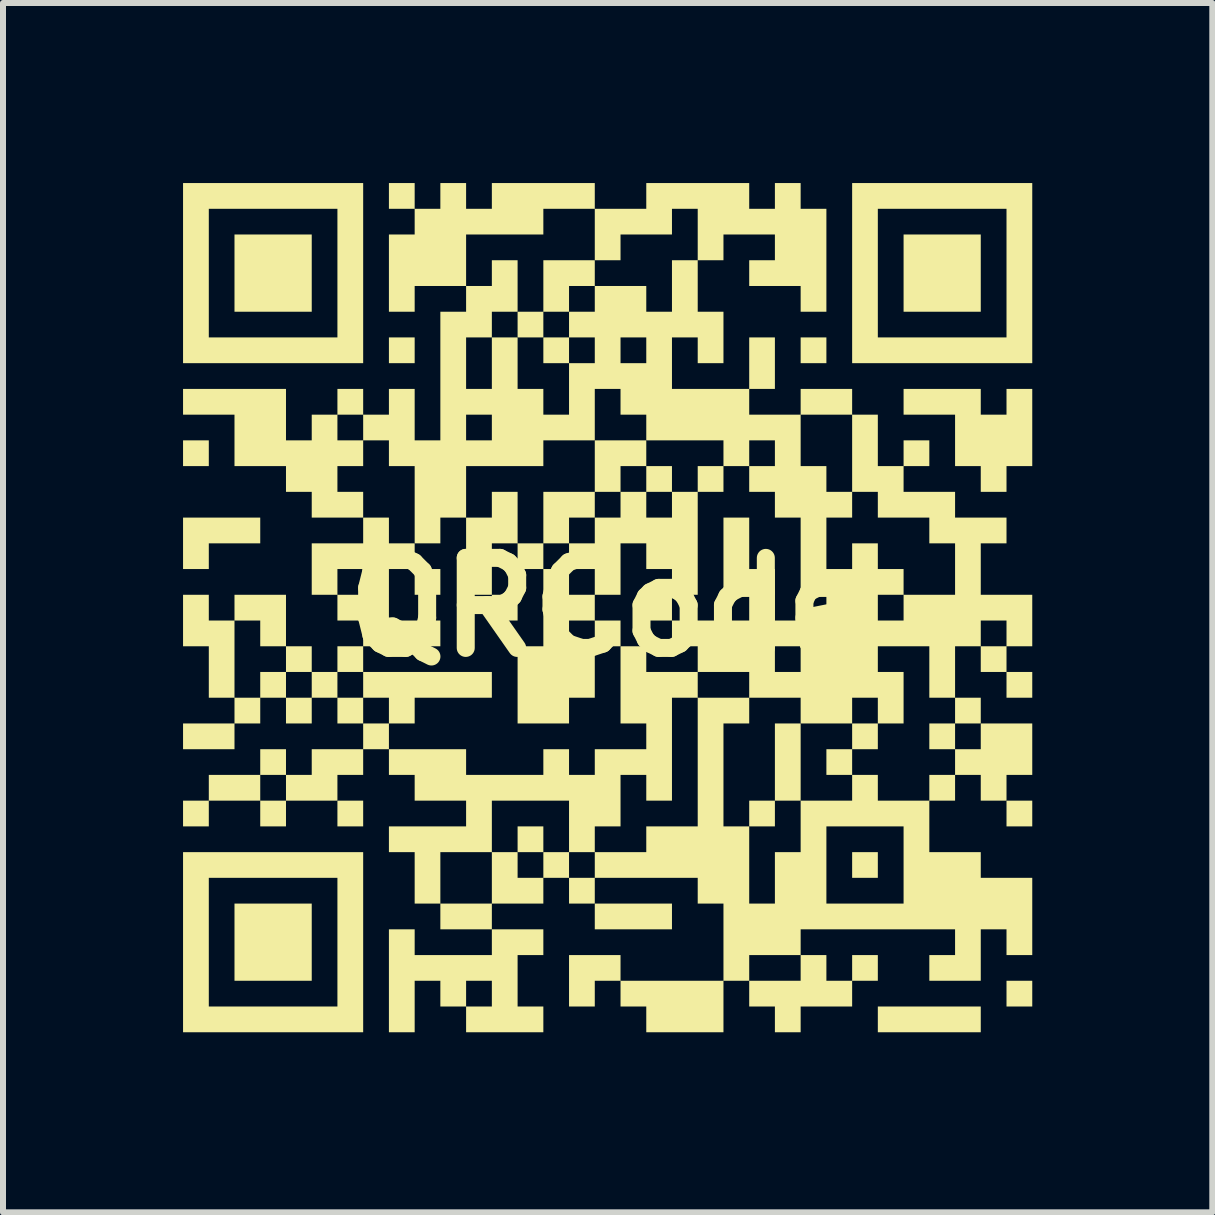
<source format=kicad_pcb>
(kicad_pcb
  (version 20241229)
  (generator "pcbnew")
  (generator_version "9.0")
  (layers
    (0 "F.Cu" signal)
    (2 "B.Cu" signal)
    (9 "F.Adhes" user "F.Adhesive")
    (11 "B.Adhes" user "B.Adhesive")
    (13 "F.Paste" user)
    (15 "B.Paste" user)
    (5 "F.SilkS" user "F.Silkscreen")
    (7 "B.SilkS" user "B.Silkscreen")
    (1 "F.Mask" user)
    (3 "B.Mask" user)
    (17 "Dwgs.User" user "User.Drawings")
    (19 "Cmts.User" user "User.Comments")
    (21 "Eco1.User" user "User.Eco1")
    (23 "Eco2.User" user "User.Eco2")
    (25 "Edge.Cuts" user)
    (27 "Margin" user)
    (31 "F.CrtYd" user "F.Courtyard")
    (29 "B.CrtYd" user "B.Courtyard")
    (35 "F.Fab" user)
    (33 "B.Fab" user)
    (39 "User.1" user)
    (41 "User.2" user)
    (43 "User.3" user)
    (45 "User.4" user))
  (footprint "QRCode"
    (layer "F.Cu")
    (at 7.067 7.067)
    (property "Reference" "QRCode" (at 0 0 0) (layer "F.SilkS") (effects (font (size 1.5 1.5) (thickness 0.3))))
    (attr board_only exclude_from_pos_files exclude_from_bom)
    (fp_poly (pts (xy -6.638 -2.565) (xy -6.638 -2.351) (xy -6.853 -2.351) (xy -7.067 -2.351) (xy -7.067 -2.565) (xy -7.067 -2.78) (xy -6.853 -2.78) (xy -6.638 -2.78)) (stroke (width 0) (type solid)) (fill yes) (layer "F.SilkS"))
    (fp_poly (pts (xy -4.923 -5.566) (xy -4.923 -4.923) (xy -5.566 -4.923) (xy -6.21 -4.923) (xy -6.21 -5.566) (xy -6.21 -6.21) (xy -5.566 -6.21) (xy -4.923 -6.21)) (stroke (width 0) (type solid)) (fill yes) (layer "F.SilkS"))
    (fp_poly (pts (xy -4.923 5.581) (xy -4.923 6.224) (xy -5.566 6.224) (xy -6.21 6.224) (xy -6.21 5.581) (xy -6.21 4.938) (xy -5.566 4.938) (xy -4.923 4.938)) (stroke (width 0) (type solid)) (fill yes) (layer "F.SilkS"))
    (fp_poly (pts (xy -4.066 1.722) (xy -4.066 1.937) (xy -4.28 1.937) (xy -4.495 1.937) (xy -4.495 1.722) (xy -4.495 1.508) (xy -4.28 1.508) (xy -4.066 1.508)) (stroke (width 0) (type solid)) (fill yes) (layer "F.SilkS"))
    (fp_poly (pts (xy -4.066 3.437) (xy -4.066 3.652) (xy -4.28 3.652) (xy -4.495 3.652) (xy -4.495 3.437) (xy -4.495 3.223) (xy -4.28 3.223) (xy -4.066 3.223)) (stroke (width 0) (type solid)) (fill yes) (layer "F.SilkS"))
    (fp_poly (pts (xy -3.208 -4.28) (xy -3.208 -4.066) (xy -3.423 -4.066) (xy -3.637 -4.066) (xy -3.637 -4.28) (xy -3.637 -4.495) (xy -3.423 -4.495) (xy -3.208 -4.495)) (stroke (width 0) (type solid)) (fill yes) (layer "F.SilkS"))
    (fp_poly (pts (xy -2.78 -0.421) (xy -2.78 -0.207) (xy -2.994 -0.207) (xy -3.208 -0.207) (xy -3.208 -0.421) (xy -3.208 -0.636) (xy -2.994 -0.636) (xy -2.78 -0.636)) (stroke (width 0) (type solid)) (fill yes) (layer "F.SilkS"))
    (fp_poly (pts (xy -1.493 0.007) (xy -1.493 0.222) (xy -1.708 0.222) (xy -1.922 0.222) (xy -1.922 0.007) (xy -1.922 -0.207) (xy -1.708 -0.207) (xy -1.493 -0.207)) (stroke (width 0) (type solid)) (fill yes) (layer "F.SilkS"))
    (fp_poly (pts (xy -1.064 3.866) (xy -1.064 4.081) (xy -1.279 4.081) (xy -1.493 4.081) (xy -1.493 3.866) (xy -1.493 3.652) (xy -1.279 3.652) (xy -1.064 3.652)) (stroke (width 0) (type solid)) (fill yes) (layer "F.SilkS"))
    (fp_poly (pts (xy -0.636 -4.28) (xy -0.636 -4.066) (xy -0.85 -4.066) (xy -1.064 -4.066) (xy -1.064 -4.28) (xy -1.064 -4.495) (xy -0.85 -4.495) (xy -0.636 -4.495)) (stroke (width 0) (type solid)) (fill yes) (layer "F.SilkS"))
    (fp_poly (pts (xy 1.079 5.152) (xy 1.079 5.367) (xy 0.436 5.367) (xy -0.207 5.367) (xy -0.207 5.152) (xy -0.207 4.938) (xy 0.436 4.938) (xy 1.079 4.938)) (stroke (width 0) (type solid)) (fill yes) (layer "F.SilkS"))
    (fp_poly (pts (xy 3.652 -4.28) (xy 3.652 -4.066) (xy 3.437 -4.066) (xy 3.223 -4.066) (xy 3.223 -4.28) (xy 3.223 -4.495) (xy 3.437 -4.495) (xy 3.652 -4.495)) (stroke (width 0) (type solid)) (fill yes) (layer "F.SilkS"))
    (fp_poly (pts (xy 4.509 4.295) (xy 4.509 4.509) (xy 4.295 4.509) (xy 4.081 4.509) (xy 4.081 4.295) (xy 4.081 4.081) (xy 4.295 4.081) (xy 4.509 4.081)) (stroke (width 0) (type solid)) (fill yes) (layer "F.SilkS"))
    (fp_poly (pts (xy 5.796 2.151) (xy 5.796 2.366) (xy 5.581 2.366) (xy 5.367 2.366) (xy 5.367 2.151) (xy 5.367 1.937) (xy 5.581 1.937) (xy 5.796 1.937)) (stroke (width 0) (type solid)) (fill yes) (layer "F.SilkS"))
    (fp_poly (pts (xy 6.224 -5.566) (xy 6.224 -4.923) (xy 5.581 -4.923) (xy 4.938 -4.923) (xy 4.938 -5.566) (xy 4.938 -6.21) (xy 5.581 -6.21) (xy 6.224 -6.21)) (stroke (width 0) (type solid)) (fill yes) (layer "F.SilkS"))
    (fp_poly (pts (xy 6.224 1.722) (xy 6.224 1.937) (xy 6.01 1.937) (xy 5.796 1.937) (xy 5.796 1.722) (xy 5.796 1.508) (xy 6.01 1.508) (xy 6.224 1.508)) (stroke (width 0) (type solid)) (fill yes) (layer "F.SilkS"))
    (fp_poly (pts (xy 6.224 6.867) (xy 6.224 7.082) (xy 5.367 7.082) (xy 4.509 7.082) (xy 4.509 6.867) (xy 4.509 6.653) (xy 5.367 6.653) (xy 6.224 6.653)) (stroke (width 0) (type solid)) (fill yes) (layer "F.SilkS"))
    (fp_poly (pts (xy 7.082 1.294) (xy 7.082 1.508) (xy 6.867 1.508) (xy 6.653 1.508) (xy 6.653 1.294) (xy 6.653 1.079) (xy 6.867 1.079) (xy 7.082 1.079)) (stroke (width 0) (type solid)) (fill yes) (layer "F.SilkS"))
    (fp_poly (pts (xy 7.082 3.437) (xy 7.082 3.652) (xy 6.867 3.652) (xy 6.653 3.652) (xy 6.653 3.437) (xy 6.653 3.223) (xy 6.867 3.223) (xy 7.082 3.223)) (stroke (width 0) (type solid)) (fill yes) (layer "F.SilkS"))
    (fp_poly (pts (xy 7.082 6.439) (xy 7.082 6.653) (xy 6.867 6.653) (xy 6.653 6.653) (xy 6.653 6.439) (xy 6.653 6.224) (xy 6.867 6.224) (xy 7.082 6.224)) (stroke (width 0) (type solid)) (fill yes) (layer "F.SilkS"))
    (fp_poly (pts (xy -5.781 -1.279) (xy -5.781 -1.064) (xy -6.21 -1.064) (xy -6.638 -1.064) (xy -6.638 -0.85) (xy -6.638 -0.636) (xy -6.853 -0.636) (xy -7.067 -0.636) (xy -7.067 -1.064) (xy -7.067 -1.493) (xy -6.424 -1.493) (xy -5.781 -1.493)) (stroke (width 0) (type solid)) (fill yes) (layer "F.SilkS"))
    (fp_poly (pts (xy -1.922 1.294) (xy -1.922 1.508) (xy -2.565 1.508) (xy -3.208 1.508) (xy -3.208 1.722) (xy -3.208 1.937) (xy -3.423 1.937) (xy -3.637 1.937) (xy -3.637 1.722) (xy -3.637 1.508) (xy -3.851 1.508) (xy -4.066 1.508) (xy -4.066 1.294) (xy -4.066 1.079) (xy -2.994 1.079) (xy -1.922 1.079)) (stroke (width 0) (type solid)) (fill yes) (layer "F.SilkS"))
    (fp_poly (pts (xy 3.223 2.58) (xy 3.223 3.223) (xy 3.009 3.223) (xy 2.794 3.223) (xy 2.794 3.437) (xy 2.794 3.652) (xy 2.58 3.652) (xy 2.366 3.652) (xy 2.366 3.437) (xy 2.366 3.223) (xy 2.58 3.223) (xy 2.794 3.223) (xy 2.794 2.58) (xy 2.794 1.937) (xy 3.009 1.937) (xy 3.223 1.937)) (stroke (width 0) (type solid)) (fill yes) (layer "F.SilkS"))
    (fp_poly (pts (xy 4.509 2.151) (xy 4.509 2.366) (xy 4.295 2.366) (xy 4.081 2.366) (xy 4.081 2.58) (xy 4.081 2.794) (xy 3.866 2.794) (xy 3.652 2.794) (xy 3.652 2.58) (xy 3.652 2.366) (xy 3.866 2.366) (xy 4.081 2.366) (xy 4.081 2.151) (xy 4.081 1.937) (xy 4.295 1.937) (xy 4.509 1.937)) (stroke (width 0) (type solid)) (fill yes) (layer "F.SilkS"))
    (fp_poly (pts (xy -4.066 -5.566) (xy -4.066 -4.066) (xy -5.566 -4.066) (xy -7.067 -4.066) (xy -7.067 -5.566) (xy -7.067 -6.638) (xy -6.638 -6.638) (xy -6.638 -5.566) (xy -6.638 -4.495) (xy -5.566 -4.495) (xy -4.495 -4.495) (xy -4.495 -5.566) (xy -4.495 -6.638) (xy -5.566 -6.638) (xy -6.638 -6.638) (xy -7.067 -6.638) (xy -7.067 -7.067) (xy -5.566 -7.067) (xy -4.066 -7.067)) (stroke (width 0) (type solid)) (fill yes) (layer "F.SilkS"))
    (fp_poly (pts (xy -4.066 5.581) (xy -4.066 7.082) (xy -5.566 7.082) (xy -7.067 7.082) (xy -7.067 5.581) (xy -7.067 4.509) (xy -6.638 4.509) (xy -6.638 5.581) (xy -6.638 6.653) (xy -5.566 6.653) (xy -4.495 6.653) (xy -4.495 5.581) (xy -4.495 4.509) (xy -5.566 4.509) (xy -6.638 4.509) (xy -7.067 4.509) (xy -7.067 4.081) (xy -5.566 4.081) (xy -4.066 4.081)) (stroke (width 0) (type solid)) (fill yes) (layer "F.SilkS"))
    (fp_poly (pts (xy 7.082 -5.566) (xy 7.082 -4.066) (xy 5.581 -4.066) (xy 4.081 -4.066) (xy 4.081 -5.566) (xy 4.081 -6.638) (xy 4.509 -6.638) (xy 4.509 -5.566) (xy 4.509 -4.495) (xy 5.581 -4.495) (xy 6.653 -4.495) (xy 6.653 -5.566) (xy 6.653 -6.638) (xy 5.581 -6.638) (xy 4.509 -6.638) (xy 4.081 -6.638) (xy 4.081 -7.067) (xy 5.581 -7.067) (xy 7.082 -7.067)) (stroke (width 0) (type solid)) (fill yes) (layer "F.SilkS"))
    (fp_poly (pts (xy -0.207 -5.566) (xy -0.207 -5.352) (xy -0.421 -5.352) (xy -0.636 -5.352) (xy -0.636 -5.138) (xy -0.636 -4.923) (xy -0.85 -4.923) (xy -1.064 -4.923) (xy -1.064 -4.709) (xy -1.064 -4.495) (xy -1.279 -4.495) (xy -1.493 -4.495) (xy -1.493 -4.709) (xy -1.493 -4.923) (xy -1.279 -4.923) (xy -1.064 -4.923) (xy -1.064 -5.352) (xy -1.064 -5.781) (xy -0.636 -5.781) (xy -0.207 -5.781)) (stroke (width 0) (type solid)) (fill yes) (layer "F.SilkS"))
    (fp_poly (pts (xy 6.224 -3.423) (xy 6.224 -3.208) (xy 6.439 -3.208) (xy 6.653 -3.208) (xy 6.653 -3.423) (xy 6.653 -3.637) (xy 6.867 -3.637) (xy 7.082 -3.637) (xy 7.082 -2.994) (xy 7.082 -2.351) (xy 6.867 -2.351) (xy 6.653 -2.351) (xy 6.653 -2.136) (xy 6.653 -1.922) (xy 6.439 -1.922) (xy 6.224 -1.922) (xy 6.224 -2.136) (xy 6.224 -2.351) (xy 6.01 -2.351) (xy 5.796 -2.351) (xy 5.796 -2.78) (xy 5.796 -3.208) (xy 5.367 -3.208) (xy 4.938 -3.208) (xy 4.938 -3.423) (xy 4.938 -3.637) (xy 5.581 -3.637) (xy 6.224 -3.637)) (stroke (width 0) (type solid)) (fill yes) (layer "F.SilkS"))
    (fp_poly (pts (xy -3.208 5.581) (xy -3.208 5.796) (xy -2.565 5.796) (xy -1.922 5.796) (xy -1.922 5.581) (xy -1.922 5.367) (xy -1.493 5.367) (xy -1.064 5.367) (xy -1.064 5.581) (xy -1.064 5.796) (xy -1.279 5.796) (xy -1.493 5.796) (xy -1.493 6.224) (xy -1.493 6.653) (xy -1.279 6.653) (xy -1.064 6.653) (xy -1.064 6.867) (xy -1.064 7.082) (xy -1.708 7.082) (xy -2.351 7.082) (xy -2.351 6.867) (xy -2.351 6.653) (xy -2.565 6.653) (xy -2.78 6.653) (xy -2.78 6.439) (xy -2.78 6.224) (xy -2.351 6.224) (xy -2.351 6.439) (xy -2.351 6.653) (xy -2.136 6.653) (xy -1.922 6.653) (xy -1.922 6.439) (xy -1.922 6.224) (xy -2.136 6.224) (xy -2.351 6.224) (xy -2.78 6.224) (xy -2.994 6.224) (xy -3.208 6.224) (xy -3.208 6.653) (xy -3.208 7.082) (xy -3.423 7.082) (xy -3.637 7.082) (xy -3.637 6.224) (xy -3.637 5.367) (xy -3.423 5.367) (xy -3.208 5.367)) (stroke (width 0) (type solid)) (fill yes) (layer "F.SilkS"))
    (fp_poly (pts (xy -3.637 2.151) (xy -3.637 2.366) (xy -3.851 2.366) (xy -4.066 2.366) (xy -4.066 2.58) (xy -4.066 2.794) (xy -4.28 2.794) (xy -4.495 2.794) (xy -4.495 3.009) (xy -4.495 3.223) (xy -4.923 3.223) (xy -5.352 3.223) (xy -5.352 3.437) (xy -5.352 3.652) (xy -5.566 3.652) (xy -5.781 3.652) (xy -5.781 3.437) (xy -5.781 3.223) (xy -6.21 3.223) (xy -6.638 3.223) (xy -6.638 3.437) (xy -6.638 3.652) (xy -6.853 3.652) (xy -7.067 3.652) (xy -7.067 3.437) (xy -7.067 3.223) (xy -6.853 3.223) (xy -6.638 3.223) (xy -6.638 3.009) (xy -6.638 2.794) (xy -6.21 2.794) (xy -5.781 2.794) (xy -5.781 3.009) (xy -5.781 3.223) (xy -5.566 3.223) (xy -5.352 3.223) (xy -5.352 3.009) (xy -5.352 2.794) (xy -5.566 2.794) (xy -5.781 2.794) (xy -5.781 2.58) (xy -5.781 2.366) (xy -5.566 2.366) (xy -5.352 2.366) (xy -5.352 2.58) (xy -5.352 2.794) (xy -5.138 2.794) (xy -4.923 2.794) (xy -4.923 2.58) (xy -4.923 2.366) (xy -4.495 2.366) (xy -4.066 2.366) (xy -4.066 2.151) (xy -4.066 1.937) (xy -3.851 1.937) (xy -3.637 1.937)) (stroke (width 0) (type solid)) (fill yes) (layer "F.SilkS"))
    (fp_poly (pts (xy -3.637 -1.279) (xy -3.637 -1.064) (xy -3.423 -1.064) (xy -3.208 -1.064) (xy -3.208 -0.85) (xy -3.208 -0.636) (xy -3.423 -0.636) (xy -3.637 -0.636) (xy -3.637 -0.207) (xy -3.637 0.222) (xy -3.208 0.222) (xy -2.78 0.222) (xy -2.78 0.436) (xy -2.78 0.651) (xy -3.423 0.651) (xy -4.066 0.651) (xy -4.066 0.865) (xy -4.066 1.079) (xy -4.28 1.079) (xy -4.495 1.079) (xy -4.495 1.294) (xy -4.495 1.508) (xy -4.709 1.508) (xy -4.923 1.508) (xy -4.923 1.722) (xy -4.923 1.937) (xy -5.138 1.937) (xy -5.352 1.937) (xy -5.352 1.722) (xy -5.352 1.508) (xy -5.566 1.508) (xy -5.781 1.508) (xy -5.781 1.722) (xy -5.781 1.937) (xy -5.995 1.937) (xy -6.21 1.937) (xy -6.21 2.151) (xy -6.21 2.366) (xy -6.638 2.366) (xy -7.067 2.366) (xy -7.067 2.151) (xy -7.067 1.937) (xy -6.638 1.937) (xy -6.21 1.937) (xy -6.21 1.722) (xy -6.21 1.508) (xy -6.424 1.508) (xy -6.638 1.508) (xy -6.638 1.079) (xy -6.638 0.651) (xy -6.853 0.651) (xy -7.067 0.651) (xy -7.067 0.222) (xy -7.067 -0.207) (xy -6.853 -0.207) (xy -6.638 -0.207) (xy -6.638 0.007) (xy -6.638 0.222) (xy -6.424 0.222) (xy -6.21 0.222) (xy -6.21 0.007) (xy -6.21 -0.207) (xy -5.781 -0.207) (xy -5.352 -0.207) (xy -5.352 0.222) (xy -5.352 0.651) (xy -5.566 0.651) (xy -5.781 0.651) (xy -5.781 0.436) (xy -5.781 0.222) (xy -5.995 0.222) (xy -6.21 0.222) (xy -6.21 0.865) (xy -6.21 1.508) (xy -5.995 1.508) (xy -5.781 1.508) (xy -5.781 1.294) (xy -5.781 1.079) (xy -5.566 1.079) (xy -5.352 1.079) (xy -5.352 1.294) (xy -5.352 1.508) (xy -5.138 1.508) (xy -4.923 1.508) (xy -4.923 1.294) (xy -4.923 1.079) (xy -5.138 1.079) (xy -5.352 1.079) (xy -5.352 0.865) (xy -5.352 0.651) (xy -5.138 0.651) (xy -4.923 0.651) (xy -4.923 0.865) (xy -4.923 1.079) (xy -4.709 1.079) (xy -4.495 1.079) (xy -4.495 0.865) (xy -4.495 0.651) (xy -4.28 0.651) (xy -4.066 0.651) (xy -4.066 0.436) (xy -4.066 0.222) (xy -4.28 0.222) (xy -4.495 0.222) (xy -4.495 0.007) (xy -4.495 -0.207) (xy -4.709 -0.207) (xy -4.923 -0.207) (xy -4.923 -0.636) (xy -4.495 -0.636) (xy -4.495 -0.421) (xy -4.495 -0.207) (xy -4.28 -0.207) (xy -4.066 -0.207) (xy -4.066 -0.421) (xy -4.066 -0.636) (xy -4.28 -0.636) (xy -4.495 -0.636) (xy -4.923 -0.636) (xy -4.923 -1.064) (xy -4.495 -1.064) (xy -4.066 -1.064) (xy -4.066 -1.279) (xy -4.066 -1.493) (xy -3.851 -1.493) (xy -3.637 -1.493)) (stroke (width 0) (type solid)) (fill yes) (layer "F.SilkS"))
    (fp_poly (pts (xy 0.651 -2.565) (xy 0.651 -2.351) (xy 0.436 -2.351) (xy 0.222 -2.351) (xy 0.222 -2.136) (xy 0.222 -1.922) (xy 0.007 -1.922) (xy -0.207 -1.922) (xy -0.207 -1.708) (xy -0.207 -1.493) (xy -0.421 -1.493) (xy -0.636 -1.493) (xy -0.636 -1.279) (xy -0.636 -1.064) (xy -0.85 -1.064) (xy -1.064 -1.064) (xy -1.064 -0.85) (xy -1.064 -0.636) (xy -0.85 -0.636) (xy -0.636 -0.636) (xy -0.636 -0.421) (xy -0.636 -0.207) (xy -0.421 -0.207) (xy -0.207 -0.207) (xy -0.207 -0.421) (xy -0.207 -0.636) (xy -0.421 -0.636) (xy -0.636 -0.636) (xy -0.636 -0.85) (xy -0.636 -1.064) (xy -0.421 -1.064) (xy -0.207 -1.064) (xy -0.207 -1.279) (xy -0.207 -1.493) (xy 0.007 -1.493) (xy 0.222 -1.493) (xy 0.222 -1.708) (xy 0.222 -1.922) (xy 0.436 -1.922) (xy 0.651 -1.922) (xy 0.651 -1.708) (xy 0.651 -1.493) (xy 0.865 -1.493) (xy 1.079 -1.493) (xy 1.079 -1.708) (xy 1.079 -1.922) (xy 0.865 -1.922) (xy 0.651 -1.922) (xy 0.651 -2.136) (xy 0.651 -2.351) (xy 0.865 -2.351) (xy 1.079 -2.351) (xy 1.079 -2.136) (xy 1.079 -1.922) (xy 1.294 -1.922) (xy 1.508 -1.922) (xy 1.508 -2.136) (xy 1.508 -2.351) (xy 1.722 -2.351) (xy 1.937 -2.351) (xy 1.937 -2.136) (xy 1.937 -1.922) (xy 1.722 -1.922) (xy 1.508 -1.922) (xy 1.508 -1.064) (xy 1.508 -0.207) (xy 1.294 -0.207) (xy 1.079 -0.207) (xy 1.079 0.007) (xy 1.079 0.222) (xy 0.865 0.222) (xy 0.651 0.222) (xy 0.651 0.007) (xy 0.651 -0.207) (xy 0.865 -0.207) (xy 1.079 -0.207) (xy 1.079 -0.421) (xy 1.079 -0.636) (xy 0.865 -0.636) (xy 0.651 -0.636) (xy 0.651 -0.85) (xy 0.651 -1.064) (xy 0.436 -1.064) (xy 0.222 -1.064) (xy 0.222 -0.636) (xy 0.222 -0.207) (xy 0.007 -0.207) (xy -0.207 -0.207) (xy -0.207 0.007) (xy -0.207 0.222) (xy -0.421 0.222) (xy -0.636 0.222) (xy -0.636 0.436) (xy -0.636 0.651) (xy -0.421 0.651) (xy -0.207 0.651) (xy -0.207 0.436) (xy -0.207 0.222) (xy 0.007 0.222) (xy 0.222 0.222) (xy 0.222 0.436) (xy 0.222 0.651) (xy 0.007 0.651) (xy -0.207 0.651) (xy -0.207 1.079) (xy -0.207 1.508) (xy -0.421 1.508) (xy -0.636 1.508) (xy -0.636 1.722) (xy -0.636 1.937) (xy -1.064 1.937) (xy -1.493 1.937) (xy -1.493 1.294) (xy -1.493 0.651) (xy -1.279 0.651) (xy -1.064 0.651) (xy -1.064 0.007) (xy -1.064 -0.636) (xy -1.279 -0.636) (xy -1.493 -0.636) (xy -1.493 -0.85) (xy -1.493 -1.064) (xy -1.708 -1.064) (xy -1.922 -1.064) (xy -1.922 -0.636) (xy -1.922 -0.207) (xy -2.136 -0.207) (xy -2.351 -0.207) (xy -2.351 -0.85) (xy -2.351 -1.493) (xy -2.136 -1.493) (xy -1.922 -1.493) (xy -1.922 -1.708) (xy -1.922 -1.922) (xy -1.708 -1.922) (xy -1.493 -1.922) (xy -1.493 -1.493) (xy -1.493 -1.064) (xy -1.279 -1.064) (xy -1.064 -1.064) (xy -1.064 -1.493) (xy -1.064 -1.922) (xy -0.636 -1.922) (xy -0.207 -1.922) (xy -0.207 -2.351) (xy -0.207 -2.78) (xy 0.222 -2.78) (xy 0.651 -2.78)) (stroke (width 0) (type solid)) (fill yes) (layer "F.SilkS"))
    (fp_poly (pts (xy -3.208 -6.853) (xy -3.208 -6.638) (xy -2.994 -6.638) (xy -2.78 -6.638) (xy -2.78 -6.853) (xy -2.78 -7.067) (xy -2.565 -7.067) (xy -2.351 -7.067) (xy -2.351 -6.853) (xy -2.351 -6.638) (xy -2.136 -6.638) (xy -1.922 -6.638) (xy -1.922 -6.853) (xy -1.922 -7.067) (xy -1.064 -7.067) (xy -0.207 -7.067) (xy -0.207 -6.853) (xy -0.207 -6.638) (xy 0.222 -6.638) (xy 0.651 -6.638) (xy 0.651 -6.853) (xy 0.651 -7.067) (xy 1.508 -7.067) (xy 2.366 -7.067) (xy 2.366 -6.853) (xy 2.366 -6.638) (xy 2.58 -6.638) (xy 2.794 -6.638) (xy 2.794 -6.853) (xy 2.794 -7.067) (xy 3.009 -7.067) (xy 3.223 -7.067) (xy 3.223 -6.853) (xy 3.223 -6.638) (xy 3.437 -6.638) (xy 3.652 -6.638) (xy 3.652 -5.781) (xy 3.652 -4.923) (xy 3.437 -4.923) (xy 3.223 -4.923) (xy 3.223 -5.138) (xy 3.223 -5.352) (xy 2.794 -5.352) (xy 2.366 -5.352) (xy 2.366 -5.566) (xy 2.366 -5.781) (xy 2.58 -5.781) (xy 2.794 -5.781) (xy 2.794 -5.995) (xy 2.794 -6.21) (xy 2.366 -6.21) (xy 1.937 -6.21) (xy 1.937 -5.995) (xy 1.937 -5.781) (xy 1.722 -5.781) (xy 1.508 -5.781) (xy 1.508 -5.352) (xy 1.508 -4.923) (xy 1.722 -4.923) (xy 1.937 -4.923) (xy 1.937 -4.495) (xy 1.937 -4.066) (xy 1.722 -4.066) (xy 1.508 -4.066) (xy 1.508 -4.28) (xy 1.508 -4.495) (xy 1.294 -4.495) (xy 1.079 -4.495) (xy 1.079 -4.066) (xy 1.079 -3.637) (xy 1.722 -3.637) (xy 2.366 -3.637) (xy 2.366 -4.066) (xy 2.366 -4.495) (xy 2.58 -4.495) (xy 2.794 -4.495) (xy 2.794 -4.066) (xy 2.794 -3.637) (xy 2.58 -3.637) (xy 2.366 -3.637) (xy 2.366 -3.423) (xy 2.366 -3.208) (xy 2.794 -3.208) (xy 3.223 -3.208) (xy 3.223 -3.423) (xy 3.223 -3.637) (xy 3.652 -3.637) (xy 4.081 -3.637) (xy 4.081 -3.423) (xy 4.081 -3.208) (xy 3.652 -3.208) (xy 3.223 -3.208) (xy 3.223 -2.78) (xy 3.223 -2.351) (xy 3.437 -2.351) (xy 3.652 -2.351) (xy 3.652 -2.136) (xy 3.652 -1.922) (xy 3.866 -1.922) (xy 4.081 -1.922) (xy 4.081 -2.565) (xy 4.081 -3.208) (xy 4.295 -3.208) (xy 4.509 -3.208) (xy 4.509 -2.78) (xy 4.509 -2.351) (xy 4.724 -2.351) (xy 4.938 -2.351) (xy 4.938 -2.565) (xy 4.938 -2.78) (xy 5.152 -2.78) (xy 5.367 -2.78) (xy 5.367 -2.565) (xy 5.367 -2.351) (xy 5.152 -2.351) (xy 4.938 -2.351) (xy 4.938 -2.136) (xy 4.938 -1.922) (xy 5.367 -1.922) (xy 5.796 -1.922) (xy 5.796 -1.708) (xy 5.796 -1.493) (xy 6.224 -1.493) (xy 6.653 -1.493) (xy 6.653 -1.279) (xy 6.653 -1.064) (xy 6.439 -1.064) (xy 6.224 -1.064) (xy 6.224 -0.636) (xy 6.224 -0.207) (xy 6.653 -0.207) (xy 7.082 -0.207) (xy 7.082 0.222) (xy 7.082 0.651) (xy 6.867 0.651) (xy 6.653 0.651) (xy 6.653 0.865) (xy 6.653 1.079) (xy 6.439 1.079) (xy 6.224 1.079) (xy 6.224 0.865) (xy 6.224 0.651) (xy 6.01 0.651) (xy 5.796 0.651) (xy 5.796 1.079) (xy 5.796 1.508) (xy 5.581 1.508) (xy 5.367 1.508) (xy 5.367 1.079) (xy 5.367 0.651) (xy 4.938 0.651) (xy 4.509 0.651) (xy 4.509 0.865) (xy 4.509 1.079) (xy 4.724 1.079) (xy 4.938 1.079) (xy 4.938 1.508) (xy 4.938 1.937) (xy 4.724 1.937) (xy 4.509 1.937) (xy 4.509 1.722) (xy 4.509 1.508) (xy 4.295 1.508) (xy 4.081 1.508) (xy 4.081 1.722) (xy 4.081 1.937) (xy 3.652 1.937) (xy 3.223 1.937) (xy 3.223 1.722) (xy 3.223 1.508) (xy 2.794 1.508) (xy 2.366 1.508) (xy 2.366 1.722) (xy 2.366 1.937) (xy 2.151 1.937) (xy 1.937 1.937) (xy 1.937 2.794) (xy 1.937 3.652) (xy 2.151 3.652) (xy 2.366 3.652) (xy 2.366 4.295) (xy 2.366 4.938) (xy 2.58 4.938) (xy 2.794 4.938) (xy 2.794 4.509) (xy 2.794 4.081) (xy 3.009 4.081) (xy 3.223 4.081) (xy 3.223 3.652) (xy 3.652 3.652) (xy 3.652 4.295) (xy 3.652 4.938) (xy 4.295 4.938) (xy 4.938 4.938) (xy 4.938 4.295) (xy 4.938 3.652) (xy 4.295 3.652) (xy 3.652 3.652) (xy 3.223 3.652) (xy 3.223 3.223) (xy 3.652 3.223) (xy 4.081 3.223) (xy 4.081 3.009) (xy 4.081 2.794) (xy 4.295 2.794) (xy 4.509 2.794) (xy 4.509 3.009) (xy 4.509 3.223) (xy 4.938 3.223) (xy 5.367 3.223) (xy 5.367 3.009) (xy 5.367 2.794) (xy 5.581 2.794) (xy 5.796 2.794) (xy 5.796 2.58) (xy 5.796 2.366) (xy 6.01 2.366) (xy 6.224 2.366) (xy 6.224 2.151) (xy 6.224 1.937) (xy 6.653 1.937) (xy 7.082 1.937) (xy 7.082 2.366) (xy 7.082 2.794) (xy 6.867 2.794) (xy 6.653 2.794) (xy 6.653 3.009) (xy 6.653 3.223) (xy 6.439 3.223) (xy 6.224 3.223) (xy 6.224 3.009) (xy 6.224 2.794) (xy 6.01 2.794) (xy 5.796 2.794) (xy 5.796 3.009) (xy 5.796 3.223) (xy 5.581 3.223) (xy 5.367 3.223) (xy 5.367 3.652) (xy 5.367 4.081) (xy 5.796 4.081) (xy 6.224 4.081) (xy 6.224 4.295) (xy 6.224 4.509) (xy 6.653 4.509) (xy 7.082 4.509) (xy 7.082 5.152) (xy 7.082 5.796) (xy 6.867 5.796) (xy 6.653 5.796) (xy 6.653 5.581) (xy 6.653 5.367) (xy 6.439 5.367) (xy 6.224 5.367) (xy 6.224 5.796) (xy 6.224 6.224) (xy 5.796 6.224) (xy 5.367 6.224) (xy 5.367 6.01) (xy 5.367 5.796) (xy 5.581 5.796) (xy 5.796 5.796) (xy 5.796 5.581) (xy 5.796 5.367) (xy 4.509 5.367) (xy 3.223 5.367) (xy 3.223 5.581) (xy 3.223 5.796) (xy 2.794 5.796) (xy 2.366 5.796) (xy 2.366 6.01) (xy 2.366 6.224) (xy 2.794 6.224) (xy 3.223 6.224) (xy 3.223 6.01) (xy 3.223 5.796) (xy 3.437 5.796) (xy 3.652 5.796) (xy 3.652 6.01) (xy 3.652 6.224) (xy 3.866 6.224) (xy 4.081 6.224) (xy 4.081 6.01) (xy 4.081 5.796) (xy 4.295 5.796) (xy 4.509 5.796) (xy 4.509 6.01) (xy 4.509 6.224) (xy 4.295 6.224) (xy 4.081 6.224) (xy 4.081 6.439) (xy 4.081 6.653) (xy 3.652 6.653) (xy 3.223 6.653) (xy 3.223 6.867) (xy 3.223 7.082) (xy 3.009 7.082) (xy 2.794 7.082) (xy 2.794 6.867) (xy 2.794 6.653) (xy 2.58 6.653) (xy 2.366 6.653) (xy 2.366 6.439) (xy 2.366 6.224) (xy 2.151 6.224) (xy 1.937 6.224) (xy 1.937 6.653) (xy 1.937 7.082) (xy 1.294 7.082) (xy 0.651 7.082) (xy 0.651 6.867) (xy 0.651 6.653) (xy 0.436 6.653) (xy 0.222 6.653) (xy 0.222 6.439) (xy 0.222 6.224) (xy 0.007 6.224) (xy -0.207 6.224) (xy -0.207 6.439) (xy -0.207 6.653) (xy -0.421 6.653) (xy -0.636 6.653) (xy -0.636 6.224) (xy -0.636 5.796) (xy -0.207 5.796) (xy 0.222 5.796) (xy 0.222 6.01) (xy 0.222 6.224) (xy 1.079 6.224) (xy 1.937 6.224) (xy 1.937 5.581) (xy 1.937 4.938) (xy 1.722 4.938) (xy 1.508 4.938) (xy 1.508 4.724) (xy 1.508 4.509) (xy 0.651 4.509) (xy -0.207 4.509) (xy -0.207 4.724) (xy -0.207 4.938) (xy -0.421 4.938) (xy -0.636 4.938) (xy -0.636 4.724) (xy -0.636 4.509) (xy -0.85 4.509) (xy -1.064 4.509) (xy -1.064 4.724) (xy -1.064 4.938) (xy -1.493 4.938) (xy -1.922 4.938) (xy -1.922 5.152) (xy -1.922 5.367) (xy -2.351 5.367) (xy -2.78 5.367) (xy -2.78 5.152) (xy -2.78 4.938) (xy -2.351 4.938) (xy -1.922 4.938) (xy -1.922 4.509) (xy -1.922 4.081) (xy -1.708 4.081) (xy -1.493 4.081) (xy -1.493 4.295) (xy -1.493 4.509) (xy -1.279 4.509) (xy -1.064 4.509) (xy -1.064 4.295) (xy -1.064 4.081) (xy -0.85 4.081) (xy -0.636 4.081) (xy -0.636 4.295) (xy -0.636 4.509) (xy -0.421 4.509) (xy -0.207 4.509) (xy -0.207 4.295) (xy -0.207 4.081) (xy 0.222 4.081) (xy 0.651 4.081) (xy 0.651 3.866) (xy 0.651 3.652) (xy 1.079 3.652) (xy 1.508 3.652) (xy 1.508 2.58) (xy 1.508 1.508) (xy 1.937 1.508) (xy 2.366 1.508) (xy 2.366 1.294) (xy 2.366 1.079) (xy 1.937 1.079) (xy 1.508 1.079) (xy 1.508 1.294) (xy 1.508 1.508) (xy 1.294 1.508) (xy 1.079 1.508) (xy 1.079 2.366) (xy 1.079 3.223) (xy 0.865 3.223) (xy 0.651 3.223) (xy 0.651 3.009) (xy 0.651 2.794) (xy 0.436 2.794) (xy 0.222 2.794) (xy 0.222 3.223) (xy 0.222 3.652) (xy 0.007 3.652) (xy -0.207 3.652) (xy -0.207 3.866) (xy -0.207 4.081) (xy -0.421 4.081) (xy -0.636 4.081) (xy -0.636 3.652) (xy -0.636 3.223) (xy -1.279 3.223) (xy -1.922 3.223) (xy -1.922 3.652) (xy -1.922 4.081) (xy -2.351 4.081) (xy -2.78 4.081) (xy -2.78 4.509) (xy -2.78 4.938) (xy -2.994 4.938) (xy -3.208 4.938) (xy -3.208 4.509) (xy -3.208 4.081) (xy -3.423 4.081) (xy -3.637 4.081) (xy -3.637 3.866) (xy -3.637 3.652) (xy -2.994 3.652) (xy -2.351 3.652) (xy -2.351 3.437) (xy -2.351 3.223) (xy -2.78 3.223) (xy -3.208 3.223) (xy -3.208 3.009) (xy -3.208 2.794) (xy -3.423 2.794) (xy -3.637 2.794) (xy -3.637 2.58) (xy -3.637 2.366) (xy -2.994 2.366) (xy -2.351 2.366) (xy -2.351 2.58) (xy -2.351 2.794) (xy -1.708 2.794) (xy -1.064 2.794) (xy -1.064 2.58) (xy -1.064 2.366) (xy -0.85 2.366) (xy -0.636 2.366) (xy -0.636 2.58) (xy -0.636 2.794) (xy -0.421 2.794) (xy -0.207 2.794) (xy -0.207 2.58) (xy -0.207 2.366) (xy 0.222 2.366) (xy 0.651 2.366) (xy 0.651 2.151) (xy 0.651 1.937) (xy 0.436 1.937) (xy 0.222 1.937) (xy 0.222 1.294) (xy 0.222 0.651) (xy 0.436 0.651) (xy 0.651 0.651) (xy 0.651 0.865) (xy 0.651 1.079) (xy 1.079 1.079) (xy 1.508 1.079) (xy 1.508 0.865) (xy 1.508 0.651) (xy 2.794 0.651) (xy 2.794 0.865) (xy 2.794 1.079) (xy 3.009 1.079) (xy 3.223 1.079) (xy 3.223 0.865) (xy 3.223 0.651) (xy 3.009 0.651) (xy 2.794 0.651) (xy 1.508 0.651) (xy 1.294 0.651) (xy 1.079 0.651) (xy 1.079 0.436) (xy 1.079 0.222) (xy 1.722 0.222) (xy 2.366 0.222) (xy 2.366 0.007) (xy 2.366 -0.207) (xy 2.151 -0.207) (xy 1.937 -0.207) (xy 1.937 -0.85) (xy 1.937 -1.493) (xy 2.151 -1.493) (xy 2.366 -1.493) (xy 2.366 -1.064) (xy 2.366 -0.636) (xy 2.58 -0.636) (xy 2.794 -0.636) (xy 2.794 -0.207) (xy 2.794 0.222) (xy 3.223 0.222) (xy 3.652 0.222) (xy 3.652 0.007) (xy 3.652 -0.207) (xy 3.437 -0.207) (xy 3.223 -0.207) (xy 3.223 -0.636) (xy 3.652 -0.636) (xy 3.866 -0.636) (xy 4.081 -0.636) (xy 4.081 -0.85) (xy 4.081 -1.064) (xy 4.295 -1.064) (xy 4.509 -1.064) (xy 4.509 -0.85) (xy 4.509 -0.636) (xy 4.724 -0.636) (xy 4.938 -0.636) (xy 4.938 -0.421) (xy 4.938 -0.207) (xy 4.724 -0.207) (xy 4.509 -0.207) (xy 4.509 0.007) (xy 4.509 0.222) (xy 4.724 0.222) (xy 4.938 0.222) (xy 6.224 0.222) (xy 6.224 0.436) (xy 6.224 0.651) (xy 6.439 0.651) (xy 6.653 0.651) (xy 6.653 0.436) (xy 6.653 0.222) (xy 6.439 0.222) (xy 6.224 0.222) (xy 4.938 0.222) (xy 4.938 0.007) (xy 4.938 -0.207) (xy 5.367 -0.207) (xy 5.796 -0.207) (xy 5.796 -0.636) (xy 5.796 -1.064) (xy 5.581 -1.064) (xy 5.367 -1.064) (xy 5.367 -1.279) (xy 5.367 -1.493) (xy 4.938 -1.493) (xy 4.509 -1.493) (xy 4.509 -1.708) (xy 4.509 -1.922) (xy 4.295 -1.922) (xy 4.081 -1.922) (xy 4.081 -1.708) (xy 4.081 -1.493) (xy 3.866 -1.493) (xy 3.652 -1.493) (xy 3.652 -1.064) (xy 3.652 -0.636) (xy 3.223 -0.636) (xy 3.223 -0.85) (xy 3.223 -1.493) (xy 3.009 -1.493) (xy 2.794 -1.493) (xy 2.794 -1.708) (xy 2.794 -1.922) (xy 2.58 -1.922) (xy 2.366 -1.922) (xy 2.366 -2.136) (xy 2.366 -2.351) (xy 2.58 -2.351) (xy 2.794 -2.351) (xy 2.794 -2.565) (xy 2.794 -2.78) (xy 2.58 -2.78) (xy 2.366 -2.78) (xy 2.366 -2.565) (xy 2.366 -2.351) (xy 2.151 -2.351) (xy 1.937 -2.351) (xy 1.937 -2.565) (xy 1.937 -2.78) (xy 1.294 -2.78) (xy 0.651 -2.78) (xy 0.651 -2.994) (xy 0.651 -3.208) (xy 0.436 -3.208) (xy 0.222 -3.208) (xy 0.222 -3.423) (xy 0.222 -3.637) (xy 0.007 -3.637) (xy -0.207 -3.637) (xy -0.207 -3.208) (xy -0.207 -2.78) (xy -0.636 -2.78) (xy -1.064 -2.78) (xy -1.064 -2.565) (xy -1.064 -2.351) (xy -1.708 -2.351) (xy -2.351 -2.351) (xy -2.351 -1.922) (xy -2.351 -1.493) (xy -2.565 -1.493) (xy -2.78 -1.493) (xy -2.78 -1.279) (xy -2.78 -1.064) (xy -2.994 -1.064) (xy -3.208 -1.064) (xy -3.208 -1.708) (xy -3.208 -2.351) (xy -3.423 -2.351) (xy -3.637 -2.351) (xy -3.637 -2.565) (xy -3.637 -2.78) (xy -3.851 -2.78) (xy -4.066 -2.78) (xy -4.066 -2.565) (xy -4.066 -2.351) (xy -4.28 -2.351) (xy -4.495 -2.351) (xy -4.495 -2.136) (xy -4.495 -1.922) (xy -4.28 -1.922) (xy -4.066 -1.922) (xy -4.066 -1.708) (xy -4.066 -1.493) (xy -4.495 -1.493) (xy -4.923 -1.493) (xy -4.923 -1.708) (xy -4.923 -1.922) (xy -5.138 -1.922) (xy -5.352 -1.922) (xy -5.352 -2.136) (xy -5.352 -2.351) (xy -5.781 -2.351) (xy -6.21 -2.351) (xy -6.21 -2.78) (xy -6.21 -3.208) (xy -6.638 -3.208) (xy -7.067 -3.208) (xy -7.067 -3.423) (xy -7.067 -3.637) (xy -6.21 -3.637) (xy -5.352 -3.637) (xy -5.352 -3.208) (xy -5.352 -2.78) (xy -5.138 -2.78) (xy -4.923 -2.78) (xy -4.923 -2.994) (xy -4.923 -3.208) (xy -4.709 -3.208) (xy -4.495 -3.208) (xy -4.495 -2.994) (xy -4.495 -2.78) (xy -4.28 -2.78) (xy -4.066 -2.78) (xy -4.066 -2.994) (xy -4.066 -3.208) (xy -4.28 -3.208) (xy -4.495 -3.208) (xy -4.495 -3.423) (xy -4.495 -3.637) (xy -4.28 -3.637) (xy -4.066 -3.637) (xy -4.066 -3.423) (xy -4.066 -3.208) (xy -3.851 -3.208) (xy -3.637 -3.208) (xy -3.637 -3.423) (xy -3.637 -3.637) (xy -3.423 -3.637) (xy -3.208 -3.637) (xy -3.208 -3.208) (xy -3.208 -2.78) (xy -2.994 -2.78) (xy -2.78 -2.78) (xy -2.78 -3.208) (xy -2.351 -3.208) (xy -2.351 -2.994) (xy -2.351 -2.78) (xy -2.136 -2.78) (xy -1.922 -2.78) (xy -1.922 -2.994) (xy -1.922 -3.208) (xy -2.136 -3.208) (xy -2.351 -3.208) (xy -2.78 -3.208) (xy -2.78 -3.637) (xy -2.351 -3.637) (xy -2.136 -3.637) (xy -1.922 -3.637) (xy -1.922 -4.066) (xy -1.922 -4.495) (xy -1.708 -4.495) (xy -1.493 -4.495) (xy -1.493 -4.066) (xy -1.493 -3.637) (xy -1.279 -3.637) (xy -1.064 -3.637) (xy -1.064 -3.423) (xy -1.064 -3.208) (xy -0.85 -3.208) (xy -0.636 -3.208) (xy -0.636 -3.637) (xy -0.636 -4.066) (xy -0.421 -4.066) (xy -0.207 -4.066) (xy -0.207 -4.28) (xy -0.207 -4.495) (xy 0.222 -4.495) (xy 0.222 -4.28) (xy 0.222 -4.066) (xy 0.436 -4.066) (xy 0.651 -4.066) (xy 0.651 -4.28) (xy 0.651 -4.495) (xy 0.436 -4.495) (xy 0.222 -4.495) (xy -0.207 -4.495) (xy -0.421 -4.495) (xy -0.636 -4.495) (xy -0.636 -4.709) (xy -0.636 -4.923) (xy -0.421 -4.923) (xy -0.207 -4.923) (xy -0.207 -5.138) (xy -0.207 -5.352) (xy 0.222 -5.352) (xy 0.651 -5.352) (xy 0.651 -5.138) (xy 0.651 -4.923) (xy 0.865 -4.923) (xy 1.079 -4.923) (xy 1.079 -5.352) (xy 1.079 -5.781) (xy 1.294 -5.781) (xy 1.508 -5.781) (xy 1.508 -6.21) (xy 1.508 -6.638) (xy 1.294 -6.638) (xy 1.079 -6.638) (xy 1.079 -6.424) (xy 1.079 -6.21) (xy 0.651 -6.21) (xy 0.222 -6.21) (xy 0.222 -5.995) (xy 0.222 -5.781) (xy 0.007 -5.781) (xy -0.207 -5.781) (xy -0.207 -6.21) (xy -0.207 -6.638) (xy -0.636 -6.638) (xy -1.064 -6.638) (xy -1.064 -6.424) (xy -1.064 -6.21) (xy -1.708 -6.21) (xy -2.351 -6.21) (xy -2.351 -5.781) (xy -2.351 -5.352) (xy -2.136 -5.352) (xy -1.922 -5.352) (xy -1.922 -5.566) (xy -1.922 -5.781) (xy -1.708 -5.781) (xy -1.493 -5.781) (xy -1.493 -5.352) (xy -1.493 -4.923) (xy -1.708 -4.923) (xy -1.922 -4.923) (xy -1.922 -4.709) (xy -1.922 -4.495) (xy -2.136 -4.495) (xy -2.351 -4.495) (xy -2.351 -4.066) (xy -2.351 -3.637) (xy -2.78 -3.637) (xy -2.78 -3.851) (xy -2.78 -4.923) (xy -2.565 -4.923) (xy -2.351 -4.923) (xy -2.351 -5.138) (xy -2.351 -5.352) (xy -2.78 -5.352) (xy -3.208 -5.352) (xy -3.208 -5.138) (xy -3.208 -4.923) (xy -3.423 -4.923) (xy -3.637 -4.923) (xy -3.637 -5.566) (xy -3.637 -6.21) (xy -3.423 -6.21) (xy -3.208 -6.21) (xy -3.208 -6.424) (xy -3.208 -6.638) (xy -3.423 -6.638) (xy -3.637 -6.638) (xy -3.637 -6.853) (xy -3.637 -7.067) (xy -3.423 -7.067) (xy -3.208 -7.067)) (stroke (width 0) (type solid)) (fill yes) (layer "F.SilkS")))
  (gr_rect
    (start -3 -3)
    (end 17.149 17.149)
    (stroke (width 0.1) (type default))
    (fill no)
    (layer "Edge.Cuts")))
</source>
